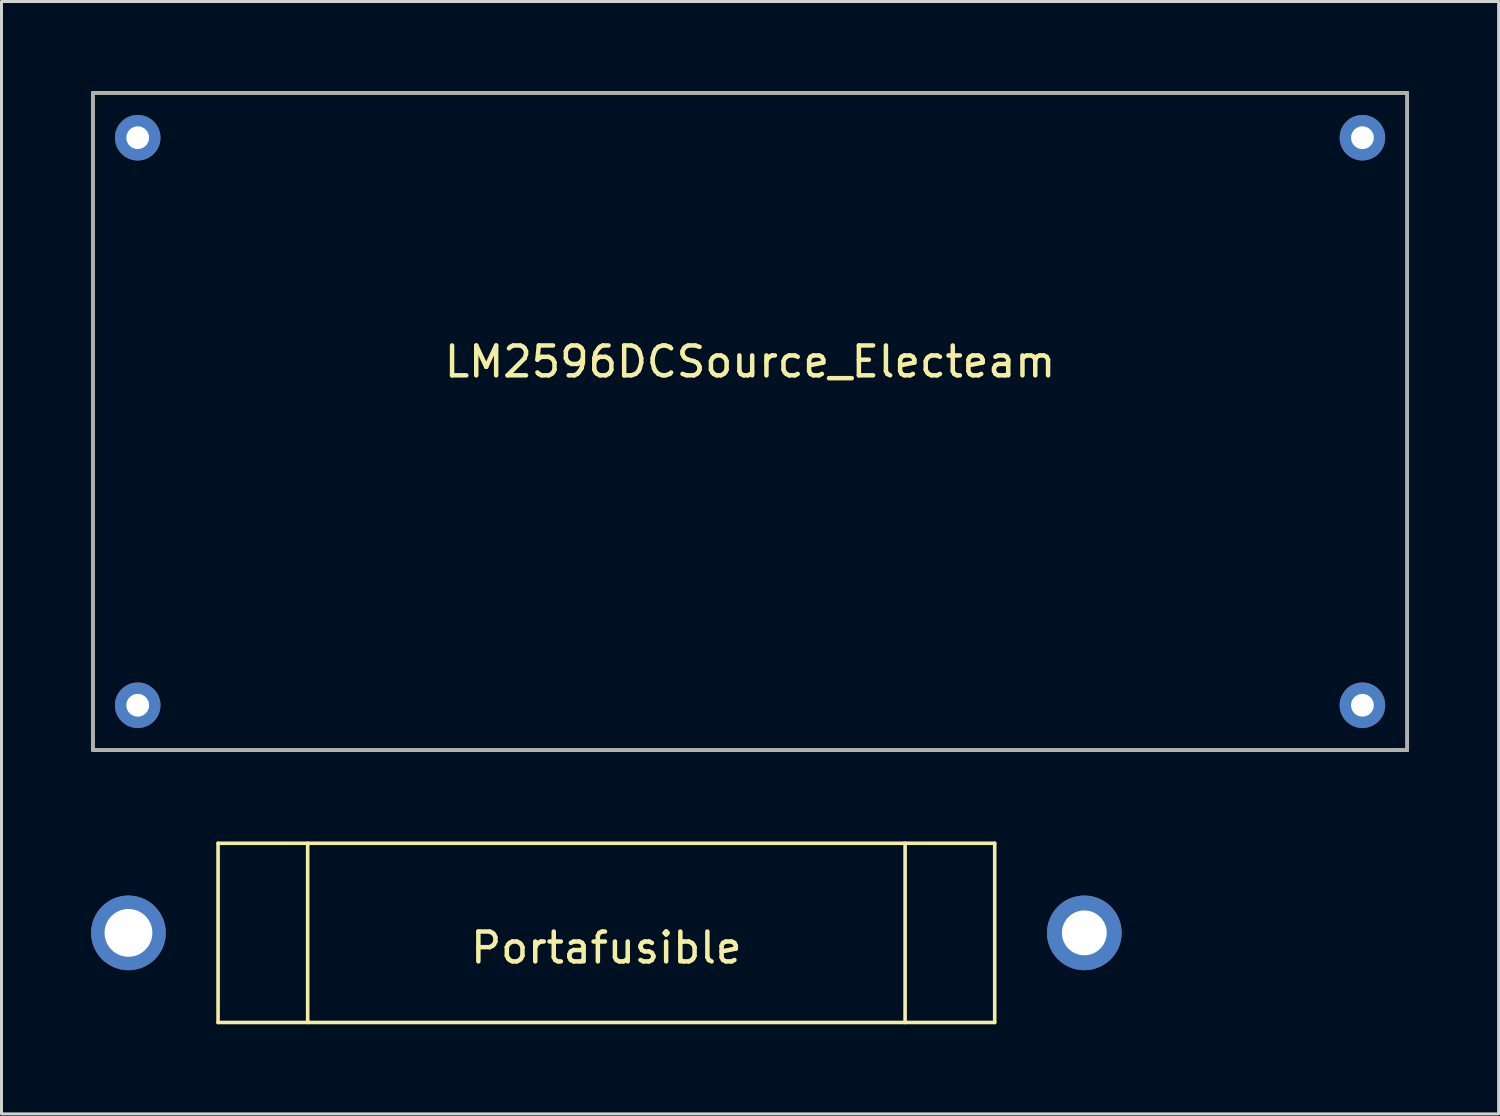
<source format=kicad_pcb>
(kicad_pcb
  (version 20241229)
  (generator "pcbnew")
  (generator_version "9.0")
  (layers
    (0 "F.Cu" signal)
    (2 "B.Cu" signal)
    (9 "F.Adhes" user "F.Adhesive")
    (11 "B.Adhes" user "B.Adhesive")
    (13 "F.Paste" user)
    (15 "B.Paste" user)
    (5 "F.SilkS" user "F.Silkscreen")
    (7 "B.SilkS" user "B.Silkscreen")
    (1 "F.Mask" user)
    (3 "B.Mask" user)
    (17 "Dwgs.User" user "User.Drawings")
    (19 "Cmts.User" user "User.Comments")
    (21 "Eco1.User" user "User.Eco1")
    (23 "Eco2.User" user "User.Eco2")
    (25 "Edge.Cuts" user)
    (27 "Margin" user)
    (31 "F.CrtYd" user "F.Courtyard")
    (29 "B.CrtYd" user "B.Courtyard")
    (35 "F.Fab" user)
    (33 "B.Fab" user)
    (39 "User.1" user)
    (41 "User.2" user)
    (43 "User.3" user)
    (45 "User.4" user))
  (footprint "Portafusible"
    (layer "F.Cu")
    (at 17.25 28.18)
    (property "Reference" "Portafusible" (at 0 0.5 0) (layer "F.SilkS") (effects (font (size 1 1) (thickness 0.15))))
    (attr through_hole)
    (fp_line (start -13 -3) (end -13 3) (stroke (width 0.12) (type solid)) (layer "F.SilkS"))
    (fp_line (start -13 3) (end 13 3) (stroke (width 0.12) (type solid)) (layer "F.SilkS"))
    (fp_line (start -10 -3) (end -10 3) (stroke (width 0.12) (type solid)) (layer "F.SilkS"))
    (fp_line (start 10 -3) (end 10 3) (stroke (width 0.12) (type solid)) (layer "F.SilkS"))
    (fp_line (start 13 -3) (end -13 -3) (stroke (width 0.12) (type solid)) (layer "F.SilkS"))
    (fp_line (start 13 3) (end 13 -3) (stroke (width 0.12) (type solid)) (layer "F.SilkS"))
    (pad "1" thru_hole circle (at -16 0) (size 2.5 2.5) (drill 1.6) (layers "*.Cu" "*.Mask"))
    (pad "2" thru_hole circle (at 16 0) (size 2.5 2.5) (drill 1.5) (layers "*.Cu" "*.Mask")))
  (footprint "LM2596DCSource_Electeam"
    (layer "F.Cu")
    (at 22.06 11.56)
    (property "Reference" "LM2596DCSource_Electeam" (at 0 -2.5 0) (layer "F.SilkS") (effects (font (size 1 1) (thickness 0.15))))
    (attr through_hole)
    (fp_line (start -22 -11.5) (end -22 10.5) (stroke (width 0.12) (type solid)) (layer "F.SilkS"))
    (fp_line (start -22 10.5) (end 22 10.5) (stroke (width 0.12) (type solid)) (layer "F.SilkS"))
    (fp_line (start 22 -11.5) (end -22 -11.5) (stroke (width 0.12) (type solid)) (layer "F.SilkS"))
    (fp_line (start 22 10.5) (end 22 -11.5) (stroke (width 0.12) (type solid)) (layer "F.SilkS"))
    (fp_line (start -22 -11.5) (end -22 10.5) (stroke (width 0.12) (type solid)) (layer "F.Fab"))
    (fp_line (start -22 10.5) (end 22 10.5) (stroke (width 0.12) (type solid)) (layer "F.Fab"))
    (fp_line (start 22 -11.5) (end -22 -11.5) (stroke (width 0.12) (type solid)) (layer "F.Fab"))
    (fp_line (start 22 10.5) (end 22 -11.5) (stroke (width 0.12) (type solid)) (layer "F.Fab"))
    (pad "1" thru_hole circle (at -20.5 -10) (size 1.524 1.524) (drill 0.762) (layers "*.Cu" "*.Mask"))
    (pad "2" thru_hole circle (at -20.5 9) (size 1.524 1.524) (drill 0.762) (layers "*.Cu" "*.Mask"))
    (pad "3" thru_hole circle (at 20.5 -10) (size 1.524 1.524) (drill 0.762) (layers "*.Cu" "*.Mask"))
    (pad "4" thru_hole circle (at 20.5 9) (size 1.524 1.524) (drill 0.762) (layers "*.Cu" "*.Mask")))
  (gr_rect
    (start -3 -3)
    (end 47.12 34.24)
    (stroke (width 0.1) (type default))
    (fill no)
    (layer "Edge.Cuts")))
</source>
